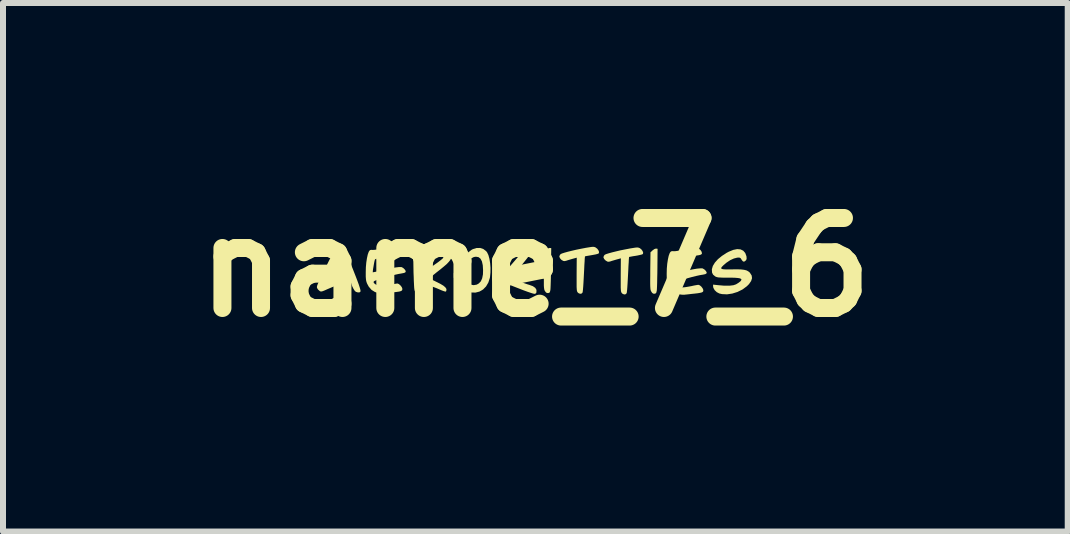
<source format=kicad_pcb>
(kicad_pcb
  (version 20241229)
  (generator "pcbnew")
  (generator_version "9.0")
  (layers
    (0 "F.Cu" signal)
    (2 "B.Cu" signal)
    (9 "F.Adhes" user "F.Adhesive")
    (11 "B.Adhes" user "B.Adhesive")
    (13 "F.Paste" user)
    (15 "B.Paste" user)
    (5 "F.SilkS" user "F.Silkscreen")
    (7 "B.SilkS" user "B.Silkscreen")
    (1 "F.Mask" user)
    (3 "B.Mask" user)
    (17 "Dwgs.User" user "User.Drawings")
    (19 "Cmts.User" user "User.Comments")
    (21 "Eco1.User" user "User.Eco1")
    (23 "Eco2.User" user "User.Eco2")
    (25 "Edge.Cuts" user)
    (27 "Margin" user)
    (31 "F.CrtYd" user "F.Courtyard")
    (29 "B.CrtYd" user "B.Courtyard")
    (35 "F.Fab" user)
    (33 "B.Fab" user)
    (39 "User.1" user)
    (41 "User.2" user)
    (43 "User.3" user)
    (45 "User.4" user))
  (footprint "name_7_6"
    (layer "F.Cu")
    (at 5.871 1.404)
    (property "Reference" "name_7_6" (at 0 0 0) (layer "F.SilkS") (effects (font (size 1.5 1.5) (thickness 0.3))))
    (attr board_only exclude_from_pos_files exclude_from_bom)
    (fp_poly (pts (xy 0.241 -0.322) (xy 0.265 -0.319) (xy 0.261 0.009) (xy 0.26 0.093) (xy 0.259 0.172) (xy 0.257 0.244) (xy 0.255 0.304) (xy 0.253 0.349) (xy 0.251 0.377) (xy 0.25 0.382) (xy 0.243 0.411) (xy 0.233 0.425) (xy 0.213 0.43) (xy 0.191 0.428) (xy 0.172 0.413) (xy 0.162 0.398) (xy 0.155 0.387) (xy 0.15 0.374) (xy 0.147 0.358) (xy 0.144 0.336) (xy 0.142 0.305) (xy 0.142 0.262) (xy 0.142 0.206) (xy 0.142 0.132) (xy 0.143 0.05) (xy 0.146 -0.261) (xy 0.182 -0.293) (xy 0.213 -0.315) (xy 0.239 -0.322)) (stroke (width 0) (type solid)) (fill yes) (layer "F.SilkS"))
    (fp_poly (pts (xy 2.014 -0.311) (xy 2.037 -0.308) (xy 2.034 0.02) (xy 2.033 0.104) (xy 2.031 0.183) (xy 2.03 0.254) (xy 2.028 0.314) (xy 2.026 0.36) (xy 2.024 0.388) (xy 2.023 0.392) (xy 2.016 0.422) (xy 2.005 0.436) (xy 1.986 0.441) (xy 1.963 0.439) (xy 1.945 0.424) (xy 1.935 0.409) (xy 1.928 0.397) (xy 1.923 0.385) (xy 1.919 0.369) (xy 1.917 0.347) (xy 1.915 0.316) (xy 1.914 0.273) (xy 1.914 0.217) (xy 1.915 0.143) (xy 1.915 0.061) (xy 1.919 -0.25) (xy 1.955 -0.283) (xy 1.985 -0.304) (xy 2.011 -0.312)) (stroke (width 0) (type solid)) (fill yes) (layer "F.SilkS"))
    (fp_poly (pts (xy -0.866 -0.304) (xy -0.821 -0.27) (xy -0.804 -0.249) (xy -0.782 -0.203) (xy -0.765 -0.141) (xy -0.753 -0.068) (xy -0.747 0.009) (xy -0.748 0.087) (xy -0.755 0.16) (xy -0.758 0.177) (xy -0.783 0.254) (xy -0.821 0.319) (xy -0.871 0.37) (xy -0.931 0.405) (xy -0.998 0.422) (xy -1.069 0.42) (xy -1.132 0.401) (xy -1.197 0.37) (xy -1.256 0.33) (xy -1.305 0.284) (xy -1.338 0.237) (xy -1.339 0.235) (xy -1.359 0.17) (xy -1.359 0.108) (xy -1.22 0.108) (xy -1.213 0.159) (xy -1.187 0.206) (xy -1.181 0.214) (xy -1.134 0.26) (xy -1.082 0.288) (xy -1.028 0.298) (xy -0.976 0.289) (xy -0.942 0.269) (xy -0.908 0.234) (xy -0.886 0.184) (xy -0.873 0.118) (xy -0.871 0.049) (xy -0.876 -0.034) (xy -0.89 -0.098) (xy -0.914 -0.143) (xy -0.947 -0.169) (xy -0.99 -0.176) (xy -1.024 -0.171) (xy -1.055 -0.155) (xy -1.089 -0.126) (xy -1.127 -0.081) (xy -1.13 -0.078) (xy -1.178 -0.008) (xy -1.208 0.053) (xy -1.22 0.108) (xy -1.359 0.108) (xy -1.359 0.101) (xy -1.338 0.032) (xy -1.336 0.027) (xy -1.305 -0.028) (xy -1.264 -0.088) (xy -1.215 -0.148) (xy -1.164 -0.204) (xy -1.113 -0.252) (xy -1.067 -0.288) (xy -1.042 -0.302) (xy -0.98 -0.321) (xy -0.92 -0.322)) (stroke (width 0) (type solid)) (fill yes) (layer "F.SilkS"))
    (fp_poly (pts (xy 0.981 -0.339) (xy 0.996 -0.334) (xy 1.006 -0.329) (xy 1.032 -0.309) (xy 1.052 -0.282) (xy 1.062 -0.255) (xy 1.058 -0.234) (xy 1.056 -0.231) (xy 1.04 -0.224) (xy 1.008 -0.215) (xy 0.966 -0.207) (xy 0.937 -0.202) (xy 0.891 -0.194) (xy 0.855 -0.188) (xy 0.832 -0.183) (xy 0.827 -0.182) (xy 0.826 -0.171) (xy 0.823 -0.141) (xy 0.821 -0.095) (xy 0.817 -0.036) (xy 0.814 0.033) (xy 0.81 0.108) (xy 0.806 0.186) (xy 0.802 0.257) (xy 0.798 0.32) (xy 0.794 0.369) (xy 0.79 0.404) (xy 0.788 0.419) (xy 0.771 0.438) (xy 0.746 0.442) (xy 0.719 0.431) (xy 0.707 0.42) (xy 0.701 0.412) (xy 0.696 0.401) (xy 0.692 0.385) (xy 0.69 0.362) (xy 0.688 0.327) (xy 0.688 0.28) (xy 0.688 0.216) (xy 0.688 0.135) (xy 0.688 0.119) (xy 0.69 -0.16) (xy 0.617 -0.14) (xy 0.576 -0.128) (xy 0.539 -0.117) (xy 0.516 -0.109) (xy 0.488 -0.103) (xy 0.468 -0.105) (xy 0.437 -0.122) (xy 0.412 -0.149) (xy 0.4 -0.176) (xy 0.4 -0.18) (xy 0.409 -0.205) (xy 0.424 -0.221) (xy 0.447 -0.231) (xy 0.488 -0.244) (xy 0.542 -0.259) (xy 0.607 -0.275) (xy 0.679 -0.292) (xy 0.753 -0.307) (xy 0.826 -0.321) (xy 0.84 -0.324) (xy 0.896 -0.333) (xy 0.935 -0.339) (xy 0.962 -0.341)) (stroke (width 0) (type solid)) (fill yes) (layer "F.SilkS"))
    (fp_poly (pts (xy 1.716 -0.328) (xy 1.731 -0.323) (xy 1.741 -0.319) (xy 1.767 -0.298) (xy 1.787 -0.271) (xy 1.797 -0.244) (xy 1.793 -0.223) (xy 1.791 -0.22) (xy 1.775 -0.213) (xy 1.743 -0.205) (xy 1.701 -0.196) (xy 1.672 -0.191) (xy 1.626 -0.184) (xy 1.59 -0.177) (xy 1.567 -0.173) (xy 1.562 -0.171) (xy 1.561 -0.16) (xy 1.558 -0.13) (xy 1.556 -0.084) (xy 1.552 -0.025) (xy 1.549 0.044) (xy 1.545 0.119) (xy 1.541 0.197) (xy 1.537 0.268) (xy 1.533 0.33) (xy 1.529 0.38) (xy 1.525 0.414) (xy 1.523 0.43) (xy 1.506 0.449) (xy 1.481 0.453) (xy 1.454 0.442) (xy 1.442 0.431) (xy 1.436 0.423) (xy 1.431 0.412) (xy 1.427 0.396) (xy 1.425 0.372) (xy 1.423 0.338) (xy 1.423 0.291) (xy 1.423 0.227) (xy 1.423 0.145) (xy 1.423 0.129) (xy 1.425 -0.149) (xy 1.352 -0.129) (xy 1.311 -0.117) (xy 1.274 -0.106) (xy 1.251 -0.098) (xy 1.223 -0.092) (xy 1.203 -0.094) (xy 1.172 -0.112) (xy 1.147 -0.138) (xy 1.135 -0.165) (xy 1.135 -0.169) (xy 1.144 -0.194) (xy 1.159 -0.21) (xy 1.182 -0.22) (xy 1.223 -0.233) (xy 1.277 -0.248) (xy 1.342 -0.264) (xy 1.413 -0.281) (xy 1.488 -0.296) (xy 1.561 -0.31) (xy 1.575 -0.313) (xy 1.631 -0.322) (xy 1.67 -0.328) (xy 1.697 -0.33)) (stroke (width 0) (type solid)) (fill yes) (layer "F.SilkS"))
    (fp_poly (pts (xy 3.42 -0.298) (xy 3.465 -0.276) (xy 3.498 -0.238) (xy 3.518 -0.184) (xy 3.519 -0.175) (xy 3.521 -0.143) (xy 3.514 -0.121) (xy 3.503 -0.11) (xy 3.481 -0.094) (xy 3.461 -0.097) (xy 3.441 -0.12) (xy 3.434 -0.131) (xy 3.421 -0.151) (xy 3.407 -0.16) (xy 3.384 -0.162) (xy 3.362 -0.16) (xy 3.308 -0.146) (xy 3.247 -0.118) (xy 3.184 -0.076) (xy 3.136 -0.035) (xy 3.111 -0.01) (xy 3.098 0.008) (xy 3.098 0.021) (xy 3.112 0.029) (xy 3.142 0.034) (xy 3.191 0.036) (xy 3.259 0.035) (xy 3.278 0.035) (xy 3.362 0.034) (xy 3.428 0.036) (xy 3.478 0.042) (xy 3.516 0.051) (xy 3.546 0.066) (xy 3.57 0.085) (xy 3.577 0.093) (xy 3.605 0.137) (xy 3.611 0.182) (xy 3.596 0.229) (xy 3.561 0.28) (xy 3.525 0.316) (xy 3.452 0.37) (xy 3.369 0.411) (xy 3.282 0.438) (xy 3.194 0.451) (xy 3.111 0.447) (xy 3.067 0.437) (xy 3.024 0.415) (xy 2.989 0.382) (xy 2.967 0.344) (xy 2.962 0.315) (xy 2.962 0.289) (xy 3.045 0.298) (xy 3.15 0.307) (xy 3.235 0.307) (xy 3.301 0.299) (xy 3.345 0.284) (xy 3.391 0.255) (xy 3.422 0.23) (xy 3.434 0.209) (xy 3.434 0.202) (xy 3.425 0.192) (xy 3.407 0.184) (xy 3.377 0.179) (xy 3.333 0.175) (xy 3.271 0.173) (xy 3.195 0.173) (xy 3.13 0.173) (xy 3.083 0.171) (xy 3.05 0.169) (xy 3.026 0.164) (xy 3.009 0.158) (xy 2.997 0.152) (xy 2.962 0.123) (xy 2.945 0.089) (xy 2.942 0.042) (xy 2.942 0.032) (xy 2.958 -0.022) (xy 2.992 -0.078) (xy 3.043 -0.135) (xy 3.109 -0.189) (xy 3.187 -0.24) (xy 3.225 -0.26) (xy 3.299 -0.29) (xy 3.364 -0.303)) (stroke (width 0) (type solid)) (fill yes) (layer "F.SilkS"))
    (fp_poly (pts (xy -3.224 -0.324) (xy -3.192 -0.291) (xy -3.159 -0.238) (xy -3.122 -0.165) (xy -3.082 -0.071) (xy -3.036 0.042) (xy -3.032 0.053) (xy -2.995 0.147) (xy -2.966 0.223) (xy -2.944 0.283) (xy -2.929 0.329) (xy -2.919 0.362) (xy -2.914 0.385) (xy -2.913 0.4) (xy -2.914 0.405) (xy -2.93 0.418) (xy -2.957 0.419) (xy -2.991 0.409) (xy -3.011 0.39) (xy -3.032 0.357) (xy -3.052 0.316) (xy -3.065 0.276) (xy -3.07 0.259) (xy -3.08 0.251) (xy -3.098 0.25) (xy -3.132 0.254) (xy -3.2 0.267) (xy -3.283 0.292) (xy -3.378 0.328) (xy -3.463 0.364) (xy -3.51 0.385) (xy -3.542 0.398) (xy -3.563 0.403) (xy -3.578 0.403) (xy -3.59 0.398) (xy -3.595 0.394) (xy -3.62 0.372) (xy -3.634 0.351) (xy -3.638 0.342) (xy -3.64 0.333) (xy -3.639 0.322) (xy -3.636 0.307) (xy -3.628 0.285) (xy -3.615 0.255) (xy -3.596 0.214) (xy -3.595 0.212) (xy -3.431 0.212) (xy -3.428 0.216) (xy -3.413 0.213) (xy -3.386 0.205) (xy -3.371 0.2) (xy -3.344 0.193) (xy -3.304 0.183) (xy -3.256 0.173) (xy -3.208 0.164) (xy -3.165 0.157) (xy -3.133 0.152) (xy -3.123 0.151) (xy -3.122 0.142) (xy -3.128 0.117) (xy -3.139 0.082) (xy -3.153 0.04) (xy -3.168 -0.003) (xy -3.184 -0.043) (xy -3.199 -0.075) (xy -3.2 -0.077) (xy -3.221 -0.11) (xy -3.243 -0.122) (xy -3.267 -0.116) (xy -3.277 -0.108) (xy -3.291 -0.092) (xy -3.31 -0.062) (xy -3.332 -0.022) (xy -3.355 0.024) (xy -3.378 0.072) (xy -3.399 0.119) (xy -3.416 0.16) (xy -3.427 0.192) (xy -3.431 0.212) (xy -3.595 0.212) (xy -3.571 0.16) (xy -3.538 0.092) (xy -3.496 0.006) (xy -3.49 -0.006) (xy -3.439 -0.109) (xy -3.395 -0.193) (xy -3.355 -0.258) (xy -3.319 -0.304) (xy -3.286 -0.33) (xy -3.255 -0.337)) (stroke (width 0) (type solid)) (fill yes) (layer "F.SilkS"))
    (fp_poly (pts (xy -0.072 -0.334) (xy -0.057 -0.305) (xy -0.054 -0.283) (xy -0.059 -0.266) (xy -0.075 -0.238) (xy -0.101 -0.198) (xy -0.14 -0.146) (xy -0.192 -0.081) (xy -0.257 -0.001) (xy -0.278 0.025) (xy -0.317 0.073) (xy -0.351 0.116) (xy -0.377 0.149) (xy -0.393 0.171) (xy -0.397 0.18) (xy -0.383 0.188) (xy -0.353 0.201) (xy -0.311 0.218) (xy -0.263 0.236) (xy -0.213 0.255) (xy -0.166 0.272) (xy -0.125 0.286) (xy -0.103 0.292) (xy -0.041 0.315) (xy -0.001 0.343) (xy 0.019 0.377) (xy 0.018 0.416) (xy 0.015 0.426) (xy -0.000038 0.441) (xy -0.011 0.443) (xy -0.034 0.439) (xy -0.074 0.427) (xy -0.13 0.408) (xy -0.201 0.382) (xy -0.283 0.35) (xy -0.363 0.319) (xy -0.415 0.298) (xy -0.46 0.28) (xy -0.493 0.267) (xy -0.512 0.26) (xy -0.515 0.259) (xy -0.517 0.269) (xy -0.518 0.296) (xy -0.519 0.333) (xy -0.519 0.344) (xy -0.522 0.401) (xy -0.532 0.438) (xy -0.548 0.454) (xy -0.572 0.45) (xy -0.599 0.429) (xy -0.609 0.418) (xy -0.616 0.404) (xy -0.621 0.385) (xy -0.625 0.357) (xy -0.628 0.315) (xy -0.631 0.256) (xy -0.632 0.237) (xy -0.634 0.164) (xy -0.635 0.087) (xy -0.633 0.009) (xy -0.631 -0.065) (xy -0.627 -0.134) (xy -0.622 -0.193) (xy -0.616 -0.239) (xy -0.609 -0.268) (xy -0.605 -0.276) (xy -0.585 -0.294) (xy -0.561 -0.309) (xy -0.538 -0.318) (xy -0.523 -0.315) (xy -0.513 -0.306) (xy -0.506 -0.297) (xy -0.501 -0.284) (xy -0.498 -0.264) (xy -0.497 -0.232) (xy -0.498 -0.187) (xy -0.5 -0.125) (xy -0.5 -0.104) (xy -0.502 -0.036) (xy -0.503 0.012) (xy -0.502 0.044) (xy -0.5 0.061) (xy -0.496 0.066) (xy -0.493 0.064) (xy -0.482 0.052) (xy -0.459 0.025) (xy -0.427 -0.012) (xy -0.387 -0.058) (xy -0.341 -0.111) (xy -0.31 -0.148) (xy -0.261 -0.203) (xy -0.217 -0.253) (xy -0.179 -0.294) (xy -0.149 -0.326) (xy -0.13 -0.345) (xy -0.124 -0.35) (xy -0.096 -0.351)) (stroke (width 0) (type solid)) (fill yes) (layer "F.SilkS"))
    (fp_poly (pts (xy -1.556 -0.338) (xy -1.493 -0.321) (xy -1.443 -0.295) (xy -1.41 -0.261) (xy -1.395 -0.218) (xy -1.394 -0.206) (xy -1.396 -0.176) (xy -1.404 -0.148) (xy -1.419 -0.119) (xy -1.443 -0.089) (xy -1.477 -0.053) (xy -1.525 -0.012) (xy -1.587 0.039) (xy -1.646 0.085) (xy -1.688 0.119) (xy -1.723 0.148) (xy -1.749 0.169) (xy -1.761 0.181) (xy -1.762 0.182) (xy -1.752 0.19) (xy -1.728 0.204) (xy -1.691 0.222) (xy -1.655 0.24) (xy -1.585 0.275) (xy -1.533 0.306) (xy -1.5 0.334) (xy -1.483 0.359) (xy -1.481 0.373) (xy -1.485 0.396) (xy -1.492 0.405) (xy -1.505 0.404) (xy -1.534 0.395) (xy -1.573 0.38) (xy -1.6 0.368) (xy -1.647 0.348) (xy -1.7 0.328) (xy -1.754 0.309) (xy -1.805 0.293) (xy -1.849 0.281) (xy -1.881 0.274) (xy -1.895 0.273) (xy -1.901 0.285) (xy -1.907 0.312) (xy -1.91 0.346) (xy -1.917 0.4) (xy -1.93 0.432) (xy -1.948 0.444) (xy -1.973 0.436) (xy -1.993 0.418) (xy -2.002 0.407) (xy -2.009 0.394) (xy -2.014 0.375) (xy -2.018 0.346) (xy -2.021 0.303) (xy -2.024 0.243) (xy -2.025 0.228) (xy -2.027 0.159) (xy -2.03 0.089) (xy -2.031 0.024) (xy -2.032 -0.028) (xy -2.032 -0.037) (xy -1.902 -0.037) (xy -1.902 0.011) (xy -1.9 0.051) (xy -1.897 0.078) (xy -1.894 0.086) (xy -1.881 0.081) (xy -1.855 0.068) (xy -1.821 0.049) (xy -1.813 0.044) (xy -1.768 0.017) (xy -1.719 -0.016) (xy -1.667 -0.052) (xy -1.619 -0.086) (xy -1.579 -0.117) (xy -1.55 -0.141) (xy -1.542 -0.149) (xy -1.527 -0.178) (xy -1.533 -0.203) (xy -1.559 -0.225) (xy -1.561 -0.226) (xy -1.594 -0.233) (xy -1.642 -0.231) (xy -1.706 -0.219) (xy -1.787 -0.197) (xy -1.817 -0.188) (xy -1.902 -0.161) (xy -1.902 -0.037) (xy -2.032 -0.037) (xy -2.032 -0.038) (xy -2.033 -0.09) (xy -2.036 -0.123) (xy -2.042 -0.14) (xy -2.047 -0.144) (xy -2.062 -0.158) (xy -2.077 -0.185) (xy -2.089 -0.214) (xy -2.092 -0.237) (xy -2.091 -0.241) (xy -2.078 -0.251) (xy -2.047 -0.265) (xy -2.004 -0.281) (xy -1.951 -0.297) (xy -1.892 -0.312) (xy -1.833 -0.326) (xy -1.812 -0.33) (xy -1.718 -0.343) (xy -1.632 -0.345)) (stroke (width 0) (type solid)) (fill yes) (layer "F.SilkS"))
    (fp_poly (pts (xy -2.321 -0.348) (xy -2.3 -0.339) (xy -2.294 -0.335) (xy -2.263 -0.309) (xy -2.243 -0.279) (xy -2.239 -0.25) (xy -2.241 -0.245) (xy -2.255 -0.233) (xy -2.286 -0.224) (xy -2.299 -0.222) (xy -2.364 -0.212) (xy -2.431 -0.2) (xy -2.498 -0.186) (xy -2.559 -0.171) (xy -2.611 -0.157) (xy -2.649 -0.143) (xy -2.671 -0.132) (xy -2.672 -0.131) (xy -2.676 -0.119) (xy -2.683 -0.091) (xy -2.69 -0.053) (xy -2.697 -0.012) (xy -2.704 0.028) (xy -2.708 0.061) (xy -2.709 0.08) (xy -2.709 0.084) (xy -2.698 0.082) (xy -2.67 0.077) (xy -2.629 0.068) (xy -2.58 0.056) (xy -2.577 0.055) (xy -2.478 0.031) (xy -2.392 0.014) (xy -2.322 0.002) (xy -2.268 -0.004) (xy -2.233 -0.003) (xy -2.224 -0.001) (xy -2.198 0.015) (xy -2.174 0.039) (xy -2.174 0.039) (xy -2.16 0.063) (xy -2.163 0.081) (xy -2.185 0.094) (xy -2.227 0.102) (xy -2.23 0.103) (xy -2.277 0.111) (xy -2.337 0.124) (xy -2.404 0.14) (xy -2.474 0.159) (xy -2.542 0.179) (xy -2.603 0.198) (xy -2.653 0.216) (xy -2.683 0.229) (xy -2.696 0.243) (xy -2.692 0.26) (xy -2.673 0.278) (xy -2.645 0.295) (xy -2.609 0.307) (xy -2.569 0.313) (xy -2.559 0.313) (xy -2.527 0.311) (xy -2.481 0.305) (xy -2.431 0.295) (xy -2.415 0.292) (xy -2.37 0.283) (xy -2.331 0.275) (xy -2.305 0.271) (xy -2.299 0.27) (xy -2.275 0.279) (xy -2.249 0.301) (xy -2.227 0.329) (xy -2.216 0.357) (xy -2.216 0.362) (xy -2.218 0.377) (xy -2.225 0.388) (xy -2.241 0.397) (xy -2.269 0.405) (xy -2.312 0.411) (xy -2.372 0.418) (xy -2.394 0.421) (xy -2.445 0.426) (xy -2.489 0.431) (xy -2.52 0.435) (xy -2.535 0.437) (xy -2.551 0.437) (xy -2.58 0.434) (xy -2.602 0.432) (xy -2.671 0.413) (xy -2.729 0.377) (xy -2.776 0.323) (xy -2.802 0.275) (xy -2.812 0.25) (xy -2.819 0.225) (xy -2.823 0.196) (xy -2.826 0.156) (xy -2.826 0.101) (xy -2.826 0.081) (xy -2.824 -0.001) (xy -2.817 -0.08) (xy -2.806 -0.151) (xy -2.793 -0.211) (xy -2.777 -0.256) (xy -2.77 -0.269) (xy -2.755 -0.286) (xy -2.734 -0.291) (xy -2.715 -0.289) (xy -2.686 -0.29) (xy -2.642 -0.296) (xy -2.589 -0.306) (xy -2.556 -0.314) (xy -2.481 -0.332) (xy -2.423 -0.344) (xy -2.38 -0.351) (xy -2.347 -0.352)) (stroke (width 0) (type solid)) (fill yes) (layer "F.SilkS"))
    (fp_poly (pts (xy 2.694 -0.326) (xy 2.715 -0.317) (xy 2.721 -0.314) (xy 2.752 -0.288) (xy 2.772 -0.257) (xy 2.776 -0.229) (xy 2.774 -0.223) (xy 2.76 -0.211) (xy 2.729 -0.202) (xy 2.716 -0.2) (xy 2.651 -0.191) (xy 2.584 -0.178) (xy 2.517 -0.164) (xy 2.456 -0.15) (xy 2.404 -0.135) (xy 2.366 -0.122) (xy 2.344 -0.11) (xy 2.343 -0.11) (xy 2.339 -0.097) (xy 2.333 -0.069) (xy 2.325 -0.032) (xy 2.318 0.01) (xy 2.312 0.05) (xy 2.307 0.082) (xy 2.306 0.102) (xy 2.307 0.105) (xy 2.318 0.104) (xy 2.346 0.098) (xy 2.386 0.089) (xy 2.435 0.077) (xy 2.438 0.076) (xy 2.537 0.053) (xy 2.623 0.035) (xy 2.693 0.023) (xy 2.747 0.018) (xy 2.783 0.018) (xy 2.791 0.021) (xy 2.817 0.036) (xy 2.841 0.06) (xy 2.841 0.06) (xy 2.856 0.085) (xy 2.852 0.103) (xy 2.83 0.115) (xy 2.788 0.124) (xy 2.785 0.124) (xy 2.738 0.132) (xy 2.679 0.145) (xy 2.611 0.162) (xy 2.541 0.181) (xy 2.473 0.201) (xy 2.412 0.22) (xy 2.362 0.237) (xy 2.332 0.251) (xy 2.319 0.265) (xy 2.323 0.282) (xy 2.342 0.3) (xy 2.371 0.316) (xy 2.407 0.329) (xy 2.446 0.335) (xy 2.456 0.335) (xy 2.488 0.333) (xy 2.534 0.326) (xy 2.584 0.317) (xy 2.6 0.314) (xy 2.645 0.304) (xy 2.684 0.297) (xy 2.71 0.293) (xy 2.716 0.292) (xy 2.741 0.301) (xy 2.767 0.323) (xy 2.788 0.351) (xy 2.799 0.378) (xy 2.799 0.383) (xy 2.798 0.398) (xy 2.79 0.41) (xy 2.774 0.419) (xy 2.746 0.426) (xy 2.704 0.433) (xy 2.643 0.44) (xy 2.621 0.442) (xy 2.57 0.448) (xy 2.526 0.453) (xy 2.495 0.456) (xy 2.481 0.458) (xy 2.464 0.458) (xy 2.435 0.456) (xy 2.414 0.453) (xy 2.344 0.435) (xy 2.286 0.399) (xy 2.24 0.345) (xy 2.214 0.297) (xy 2.203 0.272) (xy 2.196 0.247) (xy 2.192 0.217) (xy 2.19 0.178) (xy 2.189 0.123) (xy 2.189 0.103) (xy 2.191 0.021) (xy 2.198 -0.058) (xy 2.209 -0.13) (xy 2.222 -0.19) (xy 2.238 -0.234) (xy 2.245 -0.247) (xy 2.26 -0.264) (xy 2.281 -0.269) (xy 2.3 -0.268) (xy 2.329 -0.268) (xy 2.373 -0.274) (xy 2.426 -0.285) (xy 2.459 -0.292) (xy 2.534 -0.31) (xy 2.592 -0.323) (xy 2.636 -0.329) (xy 2.668 -0.33)) (stroke (width 0) (type solid)) (fill yes) (layer "F.SilkS")))
  (gr_rect
    (start -3 -3)
    (end 14.743 5.808)
    (stroke (width 0.1) (type default))
    (fill no)
    (layer "Edge.Cuts")))
</source>
